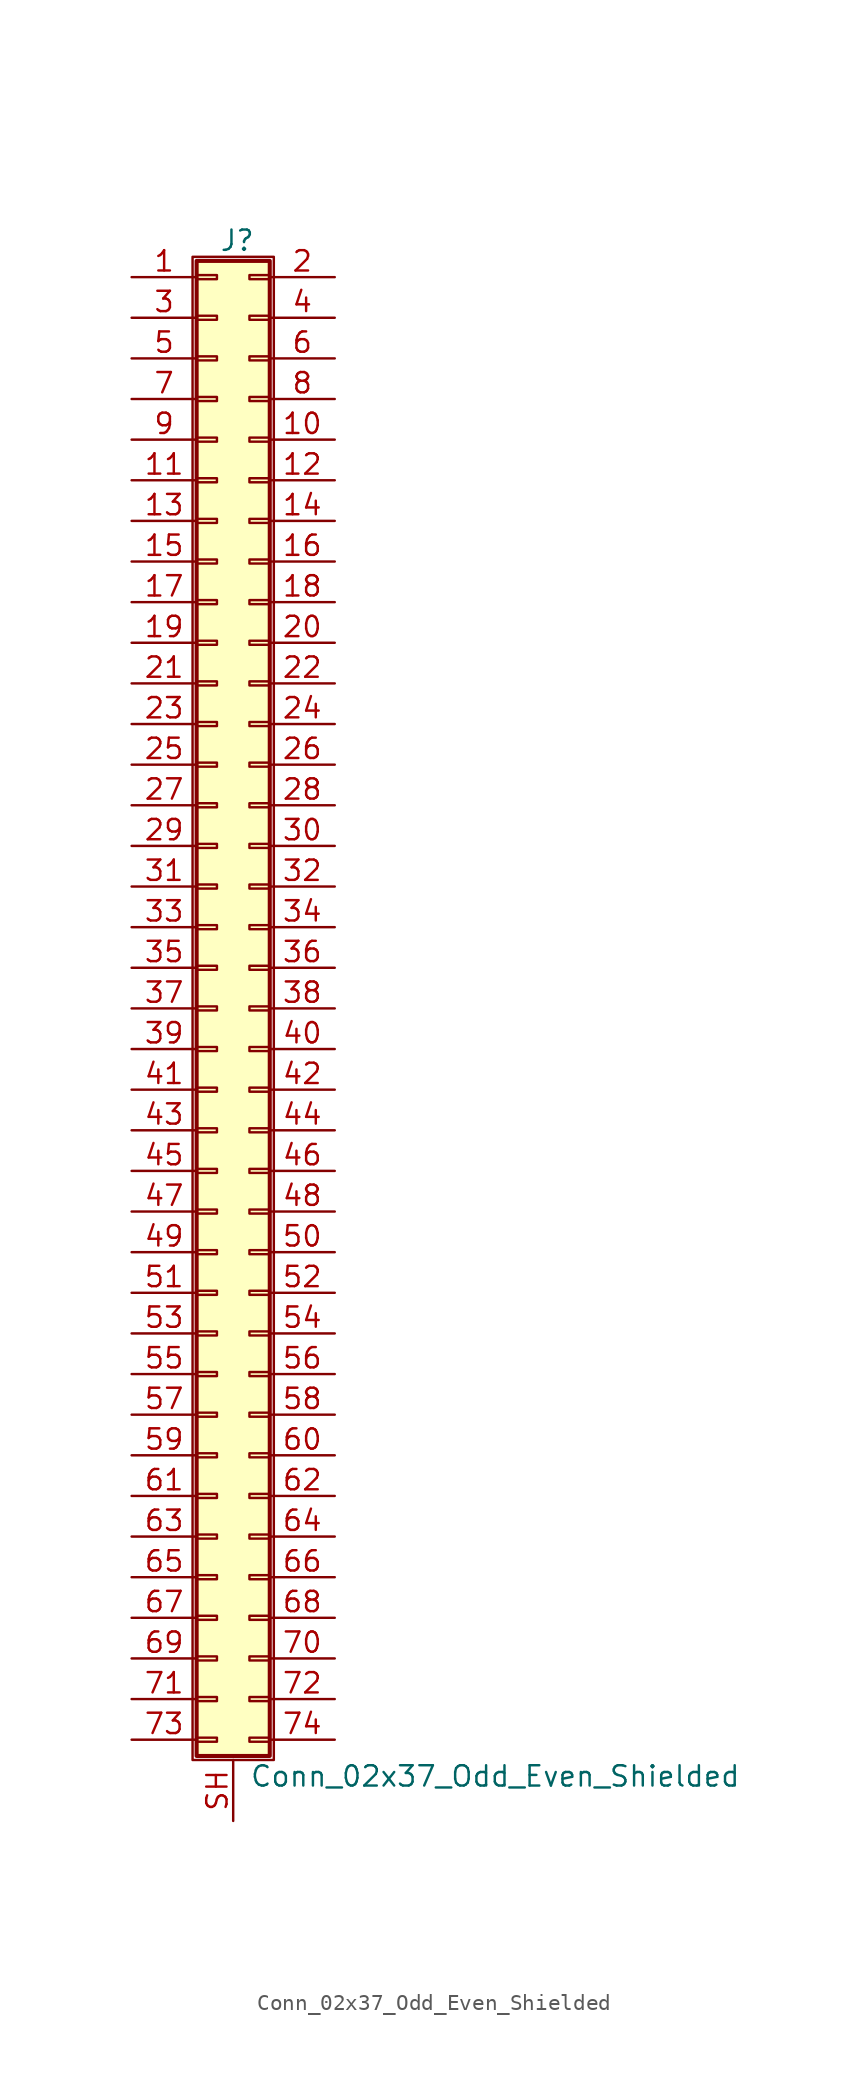
<source format=kicad_sym>
(kicad_symbol_lib
  (version 20220914)
  (generator kicad_symbol_editor)
  (symbol "Conn_02x37_Odd_Even_Shielded"
    (pin_names
      (offset 1.016) hide)
    (property "Reference" "J"
      (at 1.524 48.006 0)
      (effects (font (size 1.27 1.27))))
    (property "Value" "Conn_02x37_Odd_Even_Shielded"
      (at 2.286 -48.006 0)
      (effects (font (size 1.27 1.27)) (justify left)))
    (symbol "Conn_02x37_Odd_Even_Shielded_1_1"
      (rectangle (start -1.27 46.99) (end 3.81 -46.99) (stroke (width 0.152) (type default)) (fill (type none)))
      (rectangle (start -1.016 -45.593) (end 0.254 -45.847) (stroke (width 0.152) (type default)) (fill (type none)))
      (rectangle (start -1.016 -43.053) (end 0.254 -43.307) (stroke (width 0.152) (type default)) (fill (type none)))
      (rectangle (start -1.016 -40.513) (end 0.254 -40.767) (stroke (width 0.152) (type default)) (fill (type none)))
      (rectangle (start -1.016 -37.973) (end 0.254 -38.227) (stroke (width 0.152) (type default)) (fill (type none)))
      (rectangle (start -1.016 -35.433) (end 0.254 -35.687) (stroke (width 0.152) (type default)) (fill (type none)))
      (rectangle (start -1.016 -32.893) (end 0.254 -33.147) (stroke (width 0.152) (type default)) (fill (type none)))
      (rectangle (start -1.016 -30.353) (end 0.254 -30.607) (stroke (width 0.152) (type default)) (fill (type none)))
      (rectangle (start -1.016 -27.813) (end 0.254 -28.067) (stroke (width 0.152) (type default)) (fill (type none)))
      (rectangle (start -1.016 -25.273) (end 0.254 -25.527) (stroke (width 0.152) (type default)) (fill (type none)))
      (rectangle (start -1.016 -22.733) (end 0.254 -22.987) (stroke (width 0.152) (type default)) (fill (type none)))
      (rectangle (start -1.016 -20.193) (end 0.254 -20.447) (stroke (width 0.152) (type default)) (fill (type none)))
      (rectangle (start -1.016 -17.653) (end 0.254 -17.907) (stroke (width 0.152) (type default)) (fill (type none)))
      (rectangle (start -1.016 -15.113) (end 0.254 -15.367) (stroke (width 0.152) (type default)) (fill (type none)))
      (rectangle (start -1.016 -12.573) (end 0.254 -12.827) (stroke (width 0.152) (type default)) (fill (type none)))
      (rectangle (start -1.016 -10.033) (end 0.254 -10.287) (stroke (width 0.152) (type default)) (fill (type none)))
      (rectangle (start -1.016 -7.493) (end 0.254 -7.747) (stroke (width 0.152) (type default)) (fill (type none)))
      (rectangle (start -1.016 -4.953) (end 0.254 -5.207) (stroke (width 0.152) (type default)) (fill (type none)))
      (rectangle (start -1.016 -2.413) (end 0.254 -2.667) (stroke (width 0.152) (type default)) (fill (type none)))
      (rectangle (start -1.016 0.127) (end 0.254 -0.127) (stroke (width 0.152) (type default)) (fill (type none)))
      (rectangle (start -1.016 2.667) (end 0.254 2.413) (stroke (width 0.152) (type default)) (fill (type none)))
      (rectangle (start -1.016 5.207) (end 0.254 4.953) (stroke (width 0.152) (type default)) (fill (type none)))
      (rectangle (start -1.016 7.747) (end 0.254 7.493) (stroke (width 0.152) (type default)) (fill (type none)))
      (rectangle (start -1.016 10.287) (end 0.254 10.033) (stroke (width 0.152) (type default)) (fill (type none)))
      (rectangle (start -1.016 12.827) (end 0.254 12.573) (stroke (width 0.152) (type default)) (fill (type none)))
      (rectangle (start -1.016 15.367) (end 0.254 15.113) (stroke (width 0.152) (type default)) (fill (type none)))
      (rectangle (start -1.016 17.907) (end 0.254 17.653) (stroke (width 0.152) (type default)) (fill (type none)))
      (rectangle (start -1.016 20.447) (end 0.254 20.193) (stroke (width 0.152) (type default)) (fill (type none)))
      (rectangle (start -1.016 22.987) (end 0.254 22.733) (stroke (width 0.152) (type default)) (fill (type none)))
      (rectangle (start -1.016 25.527) (end 0.254 25.273) (stroke (width 0.152) (type default)) (fill (type none)))
      (rectangle (start -1.016 28.067) (end 0.254 27.813) (stroke (width 0.152) (type default)) (fill (type none)))
      (rectangle (start -1.016 30.607) (end 0.254 30.353) (stroke (width 0.152) (type default)) (fill (type none)))
      (rectangle (start -1.016 33.147) (end 0.254 32.893) (stroke (width 0.152) (type default)) (fill (type none)))
      (rectangle (start -1.016 35.687) (end 0.254 35.433) (stroke (width 0.152) (type default)) (fill (type none)))
      (rectangle (start -1.016 38.227) (end 0.254 37.973) (stroke (width 0.152) (type default)) (fill (type none)))
      (rectangle (start -1.016 40.767) (end 0.254 40.513) (stroke (width 0.152) (type default)) (fill (type none)))
      (rectangle (start -1.016 43.307) (end 0.254 43.053) (stroke (width 0.152) (type default)) (fill (type none)))
      (rectangle (start -1.016 45.847) (end 0.254 45.593) (stroke (width 0.152) (type default)) (fill (type none)))
      (rectangle (start -1.016 46.736) (end 3.556 -46.736) (stroke (width 0.254) (type default)) (fill (type background)))
      (rectangle (start 3.556 -45.593) (end 2.286 -45.847) (stroke (width 0.152) (type default)) (fill (type none)))
      (rectangle (start 3.556 -43.053) (end 2.286 -43.307) (stroke (width 0.152) (type default)) (fill (type none)))
      (rectangle (start 3.556 -40.513) (end 2.286 -40.767) (stroke (width 0.152) (type default)) (fill (type none)))
      (rectangle (start 3.556 -37.973) (end 2.286 -38.227) (stroke (width 0.152) (type default)) (fill (type none)))
      (rectangle (start 3.556 -35.433) (end 2.286 -35.687) (stroke (width 0.152) (type default)) (fill (type none)))
      (rectangle (start 3.556 -32.893) (end 2.286 -33.147) (stroke (width 0.152) (type default)) (fill (type none)))
      (rectangle (start 3.556 -30.353) (end 2.286 -30.607) (stroke (width 0.152) (type default)) (fill (type none)))
      (rectangle (start 3.556 -27.813) (end 2.286 -28.067) (stroke (width 0.152) (type default)) (fill (type none)))
      (rectangle (start 3.556 -25.273) (end 2.286 -25.527) (stroke (width 0.152) (type default)) (fill (type none)))
      (rectangle (start 3.556 -22.733) (end 2.286 -22.987) (stroke (width 0.152) (type default)) (fill (type none)))
      (rectangle (start 3.556 -20.193) (end 2.286 -20.447) (stroke (width 0.152) (type default)) (fill (type none)))
      (rectangle (start 3.556 -17.653) (end 2.286 -17.907) (stroke (width 0.152) (type default)) (fill (type none)))
      (rectangle (start 3.556 -15.113) (end 2.286 -15.367) (stroke (width 0.152) (type default)) (fill (type none)))
      (rectangle (start 3.556 -12.573) (end 2.286 -12.827) (stroke (width 0.152) (type default)) (fill (type none)))
      (rectangle (start 3.556 -10.033) (end 2.286 -10.287) (stroke (width 0.152) (type default)) (fill (type none)))
      (rectangle (start 3.556 -7.493) (end 2.286 -7.747) (stroke (width 0.152) (type default)) (fill (type none)))
      (rectangle (start 3.556 -4.953) (end 2.286 -5.207) (stroke (width 0.152) (type default)) (fill (type none)))
      (rectangle (start 3.556 -2.413) (end 2.286 -2.667) (stroke (width 0.152) (type default)) (fill (type none)))
      (rectangle (start 3.556 0.127) (end 2.286 -0.127) (stroke (width 0.152) (type default)) (fill (type none)))
      (rectangle (start 3.556 2.667) (end 2.286 2.413) (stroke (width 0.152) (type default)) (fill (type none)))
      (rectangle (start 3.556 5.207) (end 2.286 4.953) (stroke (width 0.152) (type default)) (fill (type none)))
      (rectangle (start 3.556 7.747) (end 2.286 7.493) (stroke (width 0.152) (type default)) (fill (type none)))
      (rectangle (start 3.556 10.287) (end 2.286 10.033) (stroke (width 0.152) (type default)) (fill (type none)))
      (rectangle (start 3.556 12.827) (end 2.286 12.573) (stroke (width 0.152) (type default)) (fill (type none)))
      (rectangle (start 3.556 15.367) (end 2.286 15.113) (stroke (width 0.152) (type default)) (fill (type none)))
      (rectangle (start 3.556 17.907) (end 2.286 17.653) (stroke (width 0.152) (type default)) (fill (type none)))
      (rectangle (start 3.556 20.447) (end 2.286 20.193) (stroke (width 0.152) (type default)) (fill (type none)))
      (rectangle (start 3.556 22.987) (end 2.286 22.733) (stroke (width 0.152) (type default)) (fill (type none)))
      (rectangle (start 3.556 25.527) (end 2.286 25.273) (stroke (width 0.152) (type default)) (fill (type none)))
      (rectangle (start 3.556 28.067) (end 2.286 27.813) (stroke (width 0.152) (type default)) (fill (type none)))
      (rectangle (start 3.556 30.607) (end 2.286 30.353) (stroke (width 0.152) (type default)) (fill (type none)))
      (rectangle (start 3.556 33.147) (end 2.286 32.893) (stroke (width 0.152) (type default)) (fill (type none)))
      (rectangle (start 3.556 35.687) (end 2.286 35.433) (stroke (width 0.152) (type default)) (fill (type none)))
      (rectangle (start 3.556 38.227) (end 2.286 37.973) (stroke (width 0.152) (type default)) (fill (type none)))
      (rectangle (start 3.556 40.767) (end 2.286 40.513) (stroke (width 0.152) (type default)) (fill (type none)))
      (rectangle (start 3.556 43.307) (end 2.286 43.053) (stroke (width 0.152) (type default)) (fill (type none)))
      (rectangle (start 3.556 45.847) (end 2.286 45.593) (stroke (width 0.152) (type default)) (fill (type none)))
      (pin passive line (at -5.08 45.72 0) (length 4.064) (name "Pin_1" (effects (font (size 1.27 1.27)))) (number "1" (effects (font (size 1.27 1.27)))))
      (pin passive line (at 7.62 35.56 180) (length 4.064) (name "Pin_10" (effects (font (size 1.27 1.27)))) (number "10" (effects (font (size 1.27 1.27)))))
      (pin passive line (at -5.08 33.02 0) (length 4.064) (name "Pin_11" (effects (font (size 1.27 1.27)))) (number "11" (effects (font (size 1.27 1.27)))))
      (pin passive line (at 7.62 33.02 180) (length 4.064) (name "Pin_12" (effects (font (size 1.27 1.27)))) (number "12" (effects (font (size 1.27 1.27)))))
      (pin passive line (at -5.08 30.48 0) (length 4.064) (name "Pin_13" (effects (font (size 1.27 1.27)))) (number "13" (effects (font (size 1.27 1.27)))))
      (pin passive line (at 7.62 30.48 180) (length 4.064) (name "Pin_14" (effects (font (size 1.27 1.27)))) (number "14" (effects (font (size 1.27 1.27)))))
      (pin passive line (at -5.08 27.94 0) (length 4.064) (name "Pin_15" (effects (font (size 1.27 1.27)))) (number "15" (effects (font (size 1.27 1.27)))))
      (pin passive line (at 7.62 27.94 180) (length 4.064) (name "Pin_16" (effects (font (size 1.27 1.27)))) (number "16" (effects (font (size 1.27 1.27)))))
      (pin passive line (at -5.08 25.4 0) (length 4.064) (name "Pin_17" (effects (font (size 1.27 1.27)))) (number "17" (effects (font (size 1.27 1.27)))))
      (pin passive line (at 7.62 25.4 180) (length 4.064) (name "Pin_18" (effects (font (size 1.27 1.27)))) (number "18" (effects (font (size 1.27 1.27)))))
      (pin passive line (at -5.08 22.86 0) (length 4.064) (name "Pin_19" (effects (font (size 1.27 1.27)))) (number "19" (effects (font (size 1.27 1.27)))))
      (pin passive line (at 7.62 45.72 180) (length 4.064) (name "Pin_2" (effects (font (size 1.27 1.27)))) (number "2" (effects (font (size 1.27 1.27)))))
      (pin passive line (at 7.62 22.86 180) (length 4.064) (name "Pin_20" (effects (font (size 1.27 1.27)))) (number "20" (effects (font (size 1.27 1.27)))))
      (pin passive line (at -5.08 20.32 0) (length 4.064) (name "Pin_21" (effects (font (size 1.27 1.27)))) (number "21" (effects (font (size 1.27 1.27)))))
      (pin passive line (at 7.62 20.32 180) (length 4.064) (name "Pin_22" (effects (font (size 1.27 1.27)))) (number "22" (effects (font (size 1.27 1.27)))))
      (pin passive line (at -5.08 17.78 0) (length 4.064) (name "Pin_23" (effects (font (size 1.27 1.27)))) (number "23" (effects (font (size 1.27 1.27)))))
      (pin passive line (at 7.62 17.78 180) (length 4.064) (name "Pin_24" (effects (font (size 1.27 1.27)))) (number "24" (effects (font (size 1.27 1.27)))))
      (pin passive line (at -5.08 15.24 0) (length 4.064) (name "Pin_25" (effects (font (size 1.27 1.27)))) (number "25" (effects (font (size 1.27 1.27)))))
      (pin passive line (at 7.62 15.24 180) (length 4.064) (name "Pin_26" (effects (font (size 1.27 1.27)))) (number "26" (effects (font (size 1.27 1.27)))))
      (pin passive line (at -5.08 12.7 0) (length 4.064) (name "Pin_27" (effects (font (size 1.27 1.27)))) (number "27" (effects (font (size 1.27 1.27)))))
      (pin passive line (at 7.62 12.7 180) (length 4.064) (name "Pin_28" (effects (font (size 1.27 1.27)))) (number "28" (effects (font (size 1.27 1.27)))))
      (pin passive line (at -5.08 10.16 0) (length 4.064) (name "Pin_29" (effects (font (size 1.27 1.27)))) (number "29" (effects (font (size 1.27 1.27)))))
      (pin passive line (at -5.08 43.18 0) (length 4.064) (name "Pin_3" (effects (font (size 1.27 1.27)))) (number "3" (effects (font (size 1.27 1.27)))))
      (pin passive line (at 7.62 10.16 180) (length 4.064) (name "Pin_30" (effects (font (size 1.27 1.27)))) (number "30" (effects (font (size 1.27 1.27)))))
      (pin passive line (at -5.08 7.62 0) (length 4.064) (name "Pin_31" (effects (font (size 1.27 1.27)))) (number "31" (effects (font (size 1.27 1.27)))))
      (pin passive line (at 7.62 7.62 180) (length 4.064) (name "Pin_32" (effects (font (size 1.27 1.27)))) (number "32" (effects (font (size 1.27 1.27)))))
      (pin passive line (at -5.08 5.08 0) (length 4.064) (name "Pin_33" (effects (font (size 1.27 1.27)))) (number "33" (effects (font (size 1.27 1.27)))))
      (pin passive line (at 7.62 5.08 180) (length 4.064) (name "Pin_34" (effects (font (size 1.27 1.27)))) (number "34" (effects (font (size 1.27 1.27)))))
      (pin passive line (at -5.08 2.54 0) (length 4.064) (name "Pin_35" (effects (font (size 1.27 1.27)))) (number "35" (effects (font (size 1.27 1.27)))))
      (pin passive line (at 7.62 2.54 180) (length 4.064) (name "Pin_36" (effects (font (size 1.27 1.27)))) (number "36" (effects (font (size 1.27 1.27)))))
      (pin passive line (at -5.08 0 0) (length 4.064) (name "Pin_37" (effects (font (size 1.27 1.27)))) (number "37" (effects (font (size 1.27 1.27)))))
      (pin passive line (at 7.62 0 180) (length 4.064) (name "Pin_38" (effects (font (size 1.27 1.27)))) (number "38" (effects (font (size 1.27 1.27)))))
      (pin passive line (at -5.08 -2.54 0) (length 4.064) (name "Pin_39" (effects (font (size 1.27 1.27)))) (number "39" (effects (font (size 1.27 1.27)))))
      (pin passive line (at 7.62 43.18 180) (length 4.064) (name "Pin_4" (effects (font (size 1.27 1.27)))) (number "4" (effects (font (size 1.27 1.27)))))
      (pin passive line (at 7.62 -2.54 180) (length 4.064) (name "Pin_40" (effects (font (size 1.27 1.27)))) (number "40" (effects (font (size 1.27 1.27)))))
      (pin passive line (at -5.08 -5.08 0) (length 4.064) (name "Pin_41" (effects (font (size 1.27 1.27)))) (number "41" (effects (font (size 1.27 1.27)))))
      (pin passive line (at 7.62 -5.08 180) (length 4.064) (name "Pin_42" (effects (font (size 1.27 1.27)))) (number "42" (effects (font (size 1.27 1.27)))))
      (pin passive line (at -5.08 -7.62 0) (length 4.064) (name "Pin_43" (effects (font (size 1.27 1.27)))) (number "43" (effects (font (size 1.27 1.27)))))
      (pin passive line (at 7.62 -7.62 180) (length 4.064) (name "Pin_44" (effects (font (size 1.27 1.27)))) (number "44" (effects (font (size 1.27 1.27)))))
      (pin passive line (at -5.08 -10.16 0) (length 4.064) (name "Pin_45" (effects (font (size 1.27 1.27)))) (number "45" (effects (font (size 1.27 1.27)))))
      (pin passive line (at 7.62 -10.16 180) (length 4.064) (name "Pin_46" (effects (font (size 1.27 1.27)))) (number "46" (effects (font (size 1.27 1.27)))))
      (pin passive line (at -5.08 -12.7 0) (length 4.064) (name "Pin_47" (effects (font (size 1.27 1.27)))) (number "47" (effects (font (size 1.27 1.27)))))
      (pin passive line (at 7.62 -12.7 180) (length 4.064) (name "Pin_48" (effects (font (size 1.27 1.27)))) (number "48" (effects (font (size 1.27 1.27)))))
      (pin passive line (at -5.08 -15.24 0) (length 4.064) (name "Pin_49" (effects (font (size 1.27 1.27)))) (number "49" (effects (font (size 1.27 1.27)))))
      (pin passive line (at -5.08 40.64 0) (length 4.064) (name "Pin_5" (effects (font (size 1.27 1.27)))) (number "5" (effects (font (size 1.27 1.27)))))
      (pin passive line (at 7.62 -15.24 180) (length 4.064) (name "Pin_50" (effects (font (size 1.27 1.27)))) (number "50" (effects (font (size 1.27 1.27)))))
      (pin passive line (at -5.08 -17.78 0) (length 4.064) (name "Pin_51" (effects (font (size 1.27 1.27)))) (number "51" (effects (font (size 1.27 1.27)))))
      (pin passive line (at 7.62 -17.78 180) (length 4.064) (name "Pin_52" (effects (font (size 1.27 1.27)))) (number "52" (effects (font (size 1.27 1.27)))))
      (pin passive line (at -5.08 -20.32 0) (length 4.064) (name "Pin_53" (effects (font (size 1.27 1.27)))) (number "53" (effects (font (size 1.27 1.27)))))
      (pin passive line (at 7.62 -20.32 180) (length 4.064) (name "Pin_54" (effects (font (size 1.27 1.27)))) (number "54" (effects (font (size 1.27 1.27)))))
      (pin passive line (at -5.08 -22.86 0) (length 4.064) (name "Pin_55" (effects (font (size 1.27 1.27)))) (number "55" (effects (font (size 1.27 1.27)))))
      (pin passive line (at 7.62 -22.86 180) (length 4.064) (name "Pin_56" (effects (font (size 1.27 1.27)))) (number "56" (effects (font (size 1.27 1.27)))))
      (pin passive line (at -5.08 -25.4 0) (length 4.064) (name "Pin_57" (effects (font (size 1.27 1.27)))) (number "57" (effects (font (size 1.27 1.27)))))
      (pin passive line (at 7.62 -25.4 180) (length 4.064) (name "Pin_58" (effects (font (size 1.27 1.27)))) (number "58" (effects (font (size 1.27 1.27)))))
      (pin passive line (at -5.08 -27.94 0) (length 4.064) (name "Pin_59" (effects (font (size 1.27 1.27)))) (number "59" (effects (font (size 1.27 1.27)))))
      (pin passive line (at 7.62 40.64 180) (length 4.064) (name "Pin_6" (effects (font (size 1.27 1.27)))) (number "6" (effects (font (size 1.27 1.27)))))
      (pin passive line (at 7.62 -27.94 180) (length 4.064) (name "Pin_60" (effects (font (size 1.27 1.27)))) (number "60" (effects (font (size 1.27 1.27)))))
      (pin passive line (at -5.08 -30.48 0) (length 4.064) (name "Pin_61" (effects (font (size 1.27 1.27)))) (number "61" (effects (font (size 1.27 1.27)))))
      (pin passive line (at 7.62 -30.48 180) (length 4.064) (name "Pin_62" (effects (font (size 1.27 1.27)))) (number "62" (effects (font (size 1.27 1.27)))))
      (pin passive line (at -5.08 -33.02 0) (length 4.064) (name "Pin_63" (effects (font (size 1.27 1.27)))) (number "63" (effects (font (size 1.27 1.27)))))
      (pin passive line (at 7.62 -33.02 180) (length 4.064) (name "Pin_64" (effects (font (size 1.27 1.27)))) (number "64" (effects (font (size 1.27 1.27)))))
      (pin passive line (at -5.08 -35.56 0) (length 4.064) (name "Pin_65" (effects (font (size 1.27 1.27)))) (number "65" (effects (font (size 1.27 1.27)))))
      (pin passive line (at 7.62 -35.56 180) (length 4.064) (name "Pin_66" (effects (font (size 1.27 1.27)))) (number "66" (effects (font (size 1.27 1.27)))))
      (pin passive line (at -5.08 -38.1 0) (length 4.064) (name "Pin_67" (effects (font (size 1.27 1.27)))) (number "67" (effects (font (size 1.27 1.27)))))
      (pin passive line (at 7.62 -38.1 180) (length 4.064) (name "Pin_68" (effects (font (size 1.27 1.27)))) (number "68" (effects (font (size 1.27 1.27)))))
      (pin passive line (at -5.08 -40.64 0) (length 4.064) (name "Pin_69" (effects (font (size 1.27 1.27)))) (number "69" (effects (font (size 1.27 1.27)))))
      (pin passive line (at -5.08 38.1 0) (length 4.064) (name "Pin_7" (effects (font (size 1.27 1.27)))) (number "7" (effects (font (size 1.27 1.27)))))
      (pin passive line (at 7.62 -40.64 180) (length 4.064) (name "Pin_70" (effects (font (size 1.27 1.27)))) (number "70" (effects (font (size 1.27 1.27)))))
      (pin passive line (at -5.08 -43.18 0) (length 4.064) (name "Pin_71" (effects (font (size 1.27 1.27)))) (number "71" (effects (font (size 1.27 1.27)))))
      (pin passive line (at 7.62 -43.18 180) (length 4.064) (name "Pin_72" (effects (font (size 1.27 1.27)))) (number "72" (effects (font (size 1.27 1.27)))))
      (pin passive line (at -5.08 -45.72 0) (length 4.064) (name "Pin_73" (effects (font (size 1.27 1.27)))) (number "73" (effects (font (size 1.27 1.27)))))
      (pin passive line (at 7.62 -45.72 180) (length 4.064) (name "Pin_74" (effects (font (size 1.27 1.27)))) (number "74" (effects (font (size 1.27 1.27)))))
      (pin passive line (at 7.62 38.1 180) (length 4.064) (name "Pin_8" (effects (font (size 1.27 1.27)))) (number "8" (effects (font (size 1.27 1.27)))))
      (pin passive line (at -5.08 35.56 0) (length 4.064) (name "Pin_9" (effects (font (size 1.27 1.27)))) (number "9" (effects (font (size 1.27 1.27)))))
      (pin passive line (at 1.27 -50.8 90) (length 3.81) (name "Shield" (effects (font (size 1.27 1.27)))) (number "SH" (effects (font (size 1.27 1.27))))))))
</source>
